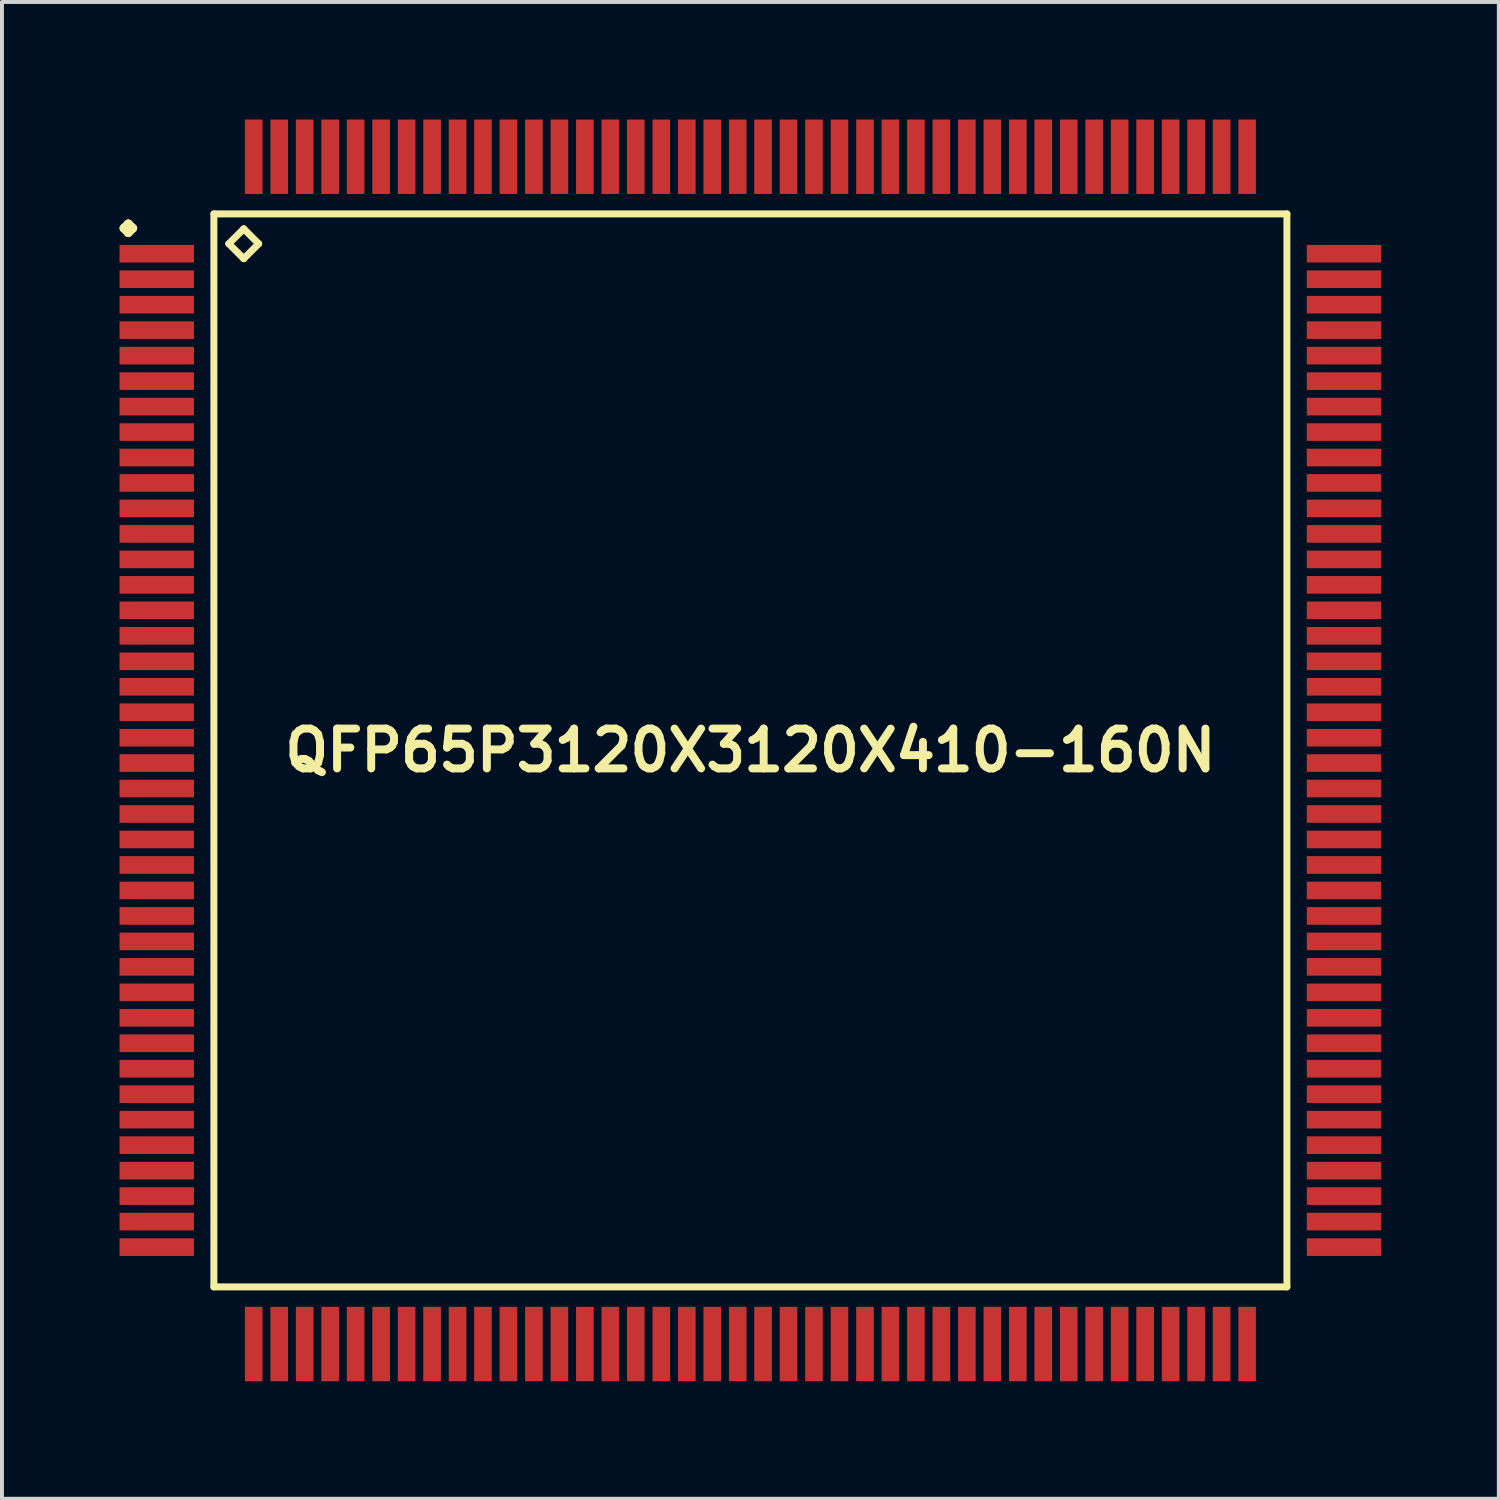
<source format=kicad_pcb>
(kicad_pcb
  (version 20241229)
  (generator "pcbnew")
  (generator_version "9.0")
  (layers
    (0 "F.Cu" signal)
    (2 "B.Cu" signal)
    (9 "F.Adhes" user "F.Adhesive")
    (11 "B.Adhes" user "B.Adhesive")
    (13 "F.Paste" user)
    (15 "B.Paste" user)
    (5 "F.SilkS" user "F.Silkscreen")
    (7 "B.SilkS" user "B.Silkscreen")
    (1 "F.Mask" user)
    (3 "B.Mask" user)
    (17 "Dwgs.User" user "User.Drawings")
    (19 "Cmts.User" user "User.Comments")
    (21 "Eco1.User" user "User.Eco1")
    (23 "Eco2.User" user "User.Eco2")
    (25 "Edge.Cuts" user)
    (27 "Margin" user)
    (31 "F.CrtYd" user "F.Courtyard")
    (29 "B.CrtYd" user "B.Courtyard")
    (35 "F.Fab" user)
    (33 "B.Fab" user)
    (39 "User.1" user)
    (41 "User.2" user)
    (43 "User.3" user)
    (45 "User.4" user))
  (footprint "QFP65P3120X3120X410-160N"
    (layer "F.Cu")
    (at 16.099 16.099)
    (property "Reference" "QFP65P3120X3120X410-160N" (at 0 0 0) (layer "F.SilkS") (effects (font (size 1.016 1.016) (thickness 0.203))))
    (attr smd)
    (fp_line (start -15.987 -13.325) (end -15.875 -13.437) (stroke (width 0.224) (type solid)) (layer "F.SilkS"))
    (fp_line (start -15.875 -13.437) (end -15.761 -13.325) (stroke (width 0.224) (type solid)) (layer "F.SilkS"))
    (fp_line (start -15.875 -13.211) (end -15.987 -13.325) (stroke (width 0.224) (type solid)) (layer "F.SilkS"))
    (fp_line (start -15.761 -13.325) (end -15.875 -13.211) (stroke (width 0.224) (type solid)) (layer "F.SilkS"))
    (fp_line (start -13.691 -13.691) (end -13.691 13.691) (stroke (width 0.178) (type solid)) (layer "F.SilkS"))
    (fp_line (start -13.691 13.691) (end 13.691 13.691) (stroke (width 0.178) (type solid)) (layer "F.SilkS"))
    (fp_line (start -13.31 -12.929) (end -12.929 -13.31) (stroke (width 0.178) (type solid)) (layer "F.SilkS"))
    (fp_line (start -12.929 -13.31) (end -12.548 -12.929) (stroke (width 0.178) (type solid)) (layer "F.SilkS"))
    (fp_line (start -12.929 -12.548) (end -13.31 -12.929) (stroke (width 0.178) (type solid)) (layer "F.SilkS"))
    (fp_line (start -12.548 -12.929) (end -12.929 -12.548) (stroke (width 0.178) (type solid)) (layer "F.SilkS"))
    (fp_line (start 13.691 -13.691) (end -13.691 -13.691) (stroke (width 0.178) (type solid)) (layer "F.SilkS"))
    (fp_line (start 13.691 13.691) (end 13.691 -13.691) (stroke (width 0.178) (type solid)) (layer "F.SilkS"))
    (pad "1" smd rect (at -15.149 -12.675) (size 1.9 0.45) (layers "F.Cu" "F.Mask" "F.Paste"))
    (pad "2" smd rect (at -15.149 -12.024) (size 1.9 0.45) (layers "F.Cu" "F.Mask" "F.Paste"))
    (pad "3" smd rect (at -15.149 -11.374) (size 1.9 0.45) (layers "F.Cu" "F.Mask" "F.Paste"))
    (pad "4" smd rect (at -15.149 -10.724) (size 1.9 0.45) (layers "F.Cu" "F.Mask" "F.Paste"))
    (pad "5" smd rect (at -15.149 -10.074) (size 1.9 0.45) (layers "F.Cu" "F.Mask" "F.Paste"))
    (pad "6" smd rect (at -15.149 -9.423) (size 1.9 0.45) (layers "F.Cu" "F.Mask" "F.Paste"))
    (pad "7" smd rect (at -15.149 -8.773) (size 1.9 0.45) (layers "F.Cu" "F.Mask" "F.Paste"))
    (pad "8" smd rect (at -15.149 -8.123) (size 1.9 0.45) (layers "F.Cu" "F.Mask" "F.Paste"))
    (pad "9" smd rect (at -15.149 -7.473) (size 1.9 0.45) (layers "F.Cu" "F.Mask" "F.Paste"))
    (pad "10" smd rect (at -15.149 -6.825) (size 1.9 0.45) (layers "F.Cu" "F.Mask" "F.Paste"))
    (pad "11" smd rect (at -15.149 -6.175) (size 1.9 0.45) (layers "F.Cu" "F.Mask" "F.Paste"))
    (pad "12" smd rect (at -15.149 -5.524) (size 1.9 0.45) (layers "F.Cu" "F.Mask" "F.Paste"))
    (pad "13" smd rect (at -15.149 -4.874) (size 1.9 0.45) (layers "F.Cu" "F.Mask" "F.Paste"))
    (pad "14" smd rect (at -15.149 -4.224) (size 1.9 0.45) (layers "F.Cu" "F.Mask" "F.Paste"))
    (pad "15" smd rect (at -15.149 -3.574) (size 1.9 0.45) (layers "F.Cu" "F.Mask" "F.Paste"))
    (pad "16" smd rect (at -15.149 -2.924) (size 1.9 0.45) (layers "F.Cu" "F.Mask" "F.Paste"))
    (pad "17" smd rect (at -15.149 -2.273) (size 1.9 0.45) (layers "F.Cu" "F.Mask" "F.Paste"))
    (pad "18" smd rect (at -15.149 -1.623) (size 1.9 0.45) (layers "F.Cu" "F.Mask" "F.Paste"))
    (pad "19" smd rect (at -15.149 -0.973) (size 1.9 0.45) (layers "F.Cu" "F.Mask" "F.Paste"))
    (pad "20" smd rect (at -15.149 -0.323) (size 1.9 0.45) (layers "F.Cu" "F.Mask" "F.Paste"))
    (pad "21" smd rect (at -15.149 0.323) (size 1.9 0.45) (layers "F.Cu" "F.Mask" "F.Paste"))
    (pad "22" smd rect (at -15.149 0.973) (size 1.9 0.45) (layers "F.Cu" "F.Mask" "F.Paste"))
    (pad "23" smd rect (at -15.149 1.623) (size 1.9 0.45) (layers "F.Cu" "F.Mask" "F.Paste"))
    (pad "24" smd rect (at -15.149 2.273) (size 1.9 0.45) (layers "F.Cu" "F.Mask" "F.Paste"))
    (pad "25" smd rect (at -15.149 2.924) (size 1.9 0.45) (layers "F.Cu" "F.Mask" "F.Paste"))
    (pad "26" smd rect (at -15.149 3.574) (size 1.9 0.45) (layers "F.Cu" "F.Mask" "F.Paste"))
    (pad "27" smd rect (at -15.149 4.224) (size 1.9 0.45) (layers "F.Cu" "F.Mask" "F.Paste"))
    (pad "28" smd rect (at -15.149 4.874) (size 1.9 0.45) (layers "F.Cu" "F.Mask" "F.Paste"))
    (pad "29" smd rect (at -15.149 5.524) (size 1.9 0.45) (layers "F.Cu" "F.Mask" "F.Paste"))
    (pad "30" smd rect (at -15.149 6.175) (size 1.9 0.45) (layers "F.Cu" "F.Mask" "F.Paste"))
    (pad "31" smd rect (at -15.149 6.825) (size 1.9 0.45) (layers "F.Cu" "F.Mask" "F.Paste"))
    (pad "32" smd rect (at -15.149 7.473) (size 1.9 0.45) (layers "F.Cu" "F.Mask" "F.Paste"))
    (pad "33" smd rect (at -15.149 8.123) (size 1.9 0.45) (layers "F.Cu" "F.Mask" "F.Paste"))
    (pad "34" smd rect (at -15.149 8.773) (size 1.9 0.45) (layers "F.Cu" "F.Mask" "F.Paste"))
    (pad "35" smd rect (at -15.149 9.423) (size 1.9 0.45) (layers "F.Cu" "F.Mask" "F.Paste"))
    (pad "36" smd rect (at -15.149 10.074) (size 1.9 0.45) (layers "F.Cu" "F.Mask" "F.Paste"))
    (pad "37" smd rect (at -15.149 10.724) (size 1.9 0.45) (layers "F.Cu" "F.Mask" "F.Paste"))
    (pad "38" smd rect (at -15.149 11.374) (size 1.9 0.45) (layers "F.Cu" "F.Mask" "F.Paste"))
    (pad "39" smd rect (at -15.149 12.024) (size 1.9 0.45) (layers "F.Cu" "F.Mask" "F.Paste"))
    (pad "40" smd rect (at -15.149 12.675) (size 1.9 0.45) (layers "F.Cu" "F.Mask" "F.Paste"))
    (pad "41" smd rect (at -12.675 15.149) (size 0.45 1.9) (layers "F.Cu" "F.Mask" "F.Paste"))
    (pad "42" smd rect (at -12.024 15.149) (size 0.45 1.9) (layers "F.Cu" "F.Mask" "F.Paste"))
    (pad "43" smd rect (at -11.374 15.149) (size 0.45 1.9) (layers "F.Cu" "F.Mask" "F.Paste"))
    (pad "44" smd rect (at -10.724 15.149) (size 0.45 1.9) (layers "F.Cu" "F.Mask" "F.Paste"))
    (pad "45" smd rect (at -10.074 15.149) (size 0.45 1.9) (layers "F.Cu" "F.Mask" "F.Paste"))
    (pad "46" smd rect (at -9.423 15.149) (size 0.45 1.9) (layers "F.Cu" "F.Mask" "F.Paste"))
    (pad "47" smd rect (at -8.773 15.149) (size 0.45 1.9) (layers "F.Cu" "F.Mask" "F.Paste"))
    (pad "48" smd rect (at -8.123 15.149) (size 0.45 1.9) (layers "F.Cu" "F.Mask" "F.Paste"))
    (pad "49" smd rect (at -7.473 15.149) (size 0.45 1.9) (layers "F.Cu" "F.Mask" "F.Paste"))
    (pad "50" smd rect (at -6.825 15.149) (size 0.45 1.9) (layers "F.Cu" "F.Mask" "F.Paste"))
    (pad "51" smd rect (at -6.175 15.149) (size 0.45 1.9) (layers "F.Cu" "F.Mask" "F.Paste"))
    (pad "52" smd rect (at -5.524 15.149) (size 0.45 1.9) (layers "F.Cu" "F.Mask" "F.Paste"))
    (pad "53" smd rect (at -4.874 15.149) (size 0.45 1.9) (layers "F.Cu" "F.Mask" "F.Paste"))
    (pad "54" smd rect (at -4.224 15.149) (size 0.45 1.9) (layers "F.Cu" "F.Mask" "F.Paste"))
    (pad "55" smd rect (at -3.574 15.149) (size 0.45 1.9) (layers "F.Cu" "F.Mask" "F.Paste"))
    (pad "56" smd rect (at -2.924 15.149) (size 0.45 1.9) (layers "F.Cu" "F.Mask" "F.Paste"))
    (pad "57" smd rect (at -2.273 15.149) (size 0.45 1.9) (layers "F.Cu" "F.Mask" "F.Paste"))
    (pad "58" smd rect (at -1.623 15.149) (size 0.45 1.9) (layers "F.Cu" "F.Mask" "F.Paste"))
    (pad "59" smd rect (at -0.973 15.149) (size 0.45 1.9) (layers "F.Cu" "F.Mask" "F.Paste"))
    (pad "60" smd rect (at -0.323 15.149) (size 0.45 1.9) (layers "F.Cu" "F.Mask" "F.Paste"))
    (pad "61" smd rect (at 0.323 15.149) (size 0.45 1.9) (layers "F.Cu" "F.Mask" "F.Paste"))
    (pad "62" smd rect (at 0.973 15.149) (size 0.45 1.9) (layers "F.Cu" "F.Mask" "F.Paste"))
    (pad "63" smd rect (at 1.623 15.149) (size 0.45 1.9) (layers "F.Cu" "F.Mask" "F.Paste"))
    (pad "64" smd rect (at 2.273 15.149) (size 0.45 1.9) (layers "F.Cu" "F.Mask" "F.Paste"))
    (pad "65" smd rect (at 2.924 15.149) (size 0.45 1.9) (layers "F.Cu" "F.Mask" "F.Paste"))
    (pad "66" smd rect (at 3.574 15.149) (size 0.45 1.9) (layers "F.Cu" "F.Mask" "F.Paste"))
    (pad "67" smd rect (at 4.224 15.149) (size 0.45 1.9) (layers "F.Cu" "F.Mask" "F.Paste"))
    (pad "68" smd rect (at 4.874 15.149) (size 0.45 1.9) (layers "F.Cu" "F.Mask" "F.Paste"))
    (pad "69" smd rect (at 5.524 15.149) (size 0.45 1.9) (layers "F.Cu" "F.Mask" "F.Paste"))
    (pad "70" smd rect (at 6.175 15.149) (size 0.45 1.9) (layers "F.Cu" "F.Mask" "F.Paste"))
    (pad "71" smd rect (at 6.825 15.149) (size 0.45 1.9) (layers "F.Cu" "F.Mask" "F.Paste"))
    (pad "72" smd rect (at 7.473 15.149) (size 0.45 1.9) (layers "F.Cu" "F.Mask" "F.Paste"))
    (pad "73" smd rect (at 8.123 15.149) (size 0.45 1.9) (layers "F.Cu" "F.Mask" "F.Paste"))
    (pad "74" smd rect (at 8.773 15.149) (size 0.45 1.9) (layers "F.Cu" "F.Mask" "F.Paste"))
    (pad "75" smd rect (at 9.423 15.149) (size 0.45 1.9) (layers "F.Cu" "F.Mask" "F.Paste"))
    (pad "76" smd rect (at 10.074 15.149) (size 0.45 1.9) (layers "F.Cu" "F.Mask" "F.Paste"))
    (pad "77" smd rect (at 10.724 15.149) (size 0.45 1.9) (layers "F.Cu" "F.Mask" "F.Paste"))
    (pad "78" smd rect (at 11.374 15.149) (size 0.45 1.9) (layers "F.Cu" "F.Mask" "F.Paste"))
    (pad "79" smd rect (at 12.024 15.149) (size 0.45 1.9) (layers "F.Cu" "F.Mask" "F.Paste"))
    (pad "80" smd rect (at 12.675 15.149) (size 0.45 1.9) (layers "F.Cu" "F.Mask" "F.Paste"))
    (pad "81" smd rect (at 15.149 12.675) (size 1.9 0.45) (layers "F.Cu" "F.Mask" "F.Paste"))
    (pad "82" smd rect (at 15.149 12.024) (size 1.9 0.45) (layers "F.Cu" "F.Mask" "F.Paste"))
    (pad "83" smd rect (at 15.149 11.374) (size 1.9 0.45) (layers "F.Cu" "F.Mask" "F.Paste"))
    (pad "84" smd rect (at 15.149 10.724) (size 1.9 0.45) (layers "F.Cu" "F.Mask" "F.Paste"))
    (pad "85" smd rect (at 15.149 10.074) (size 1.9 0.45) (layers "F.Cu" "F.Mask" "F.Paste"))
    (pad "86" smd rect (at 15.149 9.423) (size 1.9 0.45) (layers "F.Cu" "F.Mask" "F.Paste"))
    (pad "87" smd rect (at 15.149 8.773) (size 1.9 0.45) (layers "F.Cu" "F.Mask" "F.Paste"))
    (pad "88" smd rect (at 15.149 8.123) (size 1.9 0.45) (layers "F.Cu" "F.Mask" "F.Paste"))
    (pad "89" smd rect (at 15.149 7.473) (size 1.9 0.45) (layers "F.Cu" "F.Mask" "F.Paste"))
    (pad "90" smd rect (at 15.149 6.825) (size 1.9 0.45) (layers "F.Cu" "F.Mask" "F.Paste"))
    (pad "91" smd rect (at 15.149 6.175) (size 1.9 0.45) (layers "F.Cu" "F.Mask" "F.Paste"))
    (pad "92" smd rect (at 15.149 5.524) (size 1.9 0.45) (layers "F.Cu" "F.Mask" "F.Paste"))
    (pad "93" smd rect (at 15.149 4.874) (size 1.9 0.45) (layers "F.Cu" "F.Mask" "F.Paste"))
    (pad "94" smd rect (at 15.149 4.224) (size 1.9 0.45) (layers "F.Cu" "F.Mask" "F.Paste"))
    (pad "95" smd rect (at 15.149 3.574) (size 1.9 0.45) (layers "F.Cu" "F.Mask" "F.Paste"))
    (pad "96" smd rect (at 15.149 2.924) (size 1.9 0.45) (layers "F.Cu" "F.Mask" "F.Paste"))
    (pad "97" smd rect (at 15.149 2.273) (size 1.9 0.45) (layers "F.Cu" "F.Mask" "F.Paste"))
    (pad "98" smd rect (at 15.149 1.623) (size 1.9 0.45) (layers "F.Cu" "F.Mask" "F.Paste"))
    (pad "99" smd rect (at 15.149 0.973) (size 1.9 0.45) (layers "F.Cu" "F.Mask" "F.Paste"))
    (pad "100" smd rect (at 15.149 0.323) (size 1.9 0.45) (layers "F.Cu" "F.Mask" "F.Paste"))
    (pad "101" smd rect (at 15.149 -0.323) (size 1.9 0.45) (layers "F.Cu" "F.Mask" "F.Paste"))
    (pad "102" smd rect (at 15.149 -0.973) (size 1.9 0.45) (layers "F.Cu" "F.Mask" "F.Paste"))
    (pad "103" smd rect (at 15.149 -1.623) (size 1.9 0.45) (layers "F.Cu" "F.Mask" "F.Paste"))
    (pad "104" smd rect (at 15.149 -2.273) (size 1.9 0.45) (layers "F.Cu" "F.Mask" "F.Paste"))
    (pad "105" smd rect (at 15.149 -2.924) (size 1.9 0.45) (layers "F.Cu" "F.Mask" "F.Paste"))
    (pad "106" smd rect (at 15.149 -3.574) (size 1.9 0.45) (layers "F.Cu" "F.Mask" "F.Paste"))
    (pad "107" smd rect (at 15.149 -4.224) (size 1.9 0.45) (layers "F.Cu" "F.Mask" "F.Paste"))
    (pad "108" smd rect (at 15.149 -4.874) (size 1.9 0.45) (layers "F.Cu" "F.Mask" "F.Paste"))
    (pad "109" smd rect (at 15.149 -5.524) (size 1.9 0.45) (layers "F.Cu" "F.Mask" "F.Paste"))
    (pad "110" smd rect (at 15.149 -6.175) (size 1.9 0.45) (layers "F.Cu" "F.Mask" "F.Paste"))
    (pad "111" smd rect (at 15.149 -6.825) (size 1.9 0.45) (layers "F.Cu" "F.Mask" "F.Paste"))
    (pad "112" smd rect (at 15.149 -7.473) (size 1.9 0.45) (layers "F.Cu" "F.Mask" "F.Paste"))
    (pad "113" smd rect (at 15.149 -8.123) (size 1.9 0.45) (layers "F.Cu" "F.Mask" "F.Paste"))
    (pad "114" smd rect (at 15.149 -8.773) (size 1.9 0.45) (layers "F.Cu" "F.Mask" "F.Paste"))
    (pad "115" smd rect (at 15.149 -9.423) (size 1.9 0.45) (layers "F.Cu" "F.Mask" "F.Paste"))
    (pad "116" smd rect (at 15.149 -10.074) (size 1.9 0.45) (layers "F.Cu" "F.Mask" "F.Paste"))
    (pad "117" smd rect (at 15.149 -10.724) (size 1.9 0.45) (layers "F.Cu" "F.Mask" "F.Paste"))
    (pad "118" smd rect (at 15.149 -11.374) (size 1.9 0.45) (layers "F.Cu" "F.Mask" "F.Paste"))
    (pad "119" smd rect (at 15.149 -12.024) (size 1.9 0.45) (layers "F.Cu" "F.Mask" "F.Paste"))
    (pad "120" smd rect (at 15.149 -12.675) (size 1.9 0.45) (layers "F.Cu" "F.Mask" "F.Paste"))
    (pad "121" smd rect (at 12.675 -15.149) (size 0.45 1.9) (layers "F.Cu" "F.Mask" "F.Paste"))
    (pad "122" smd rect (at 12.024 -15.149) (size 0.45 1.9) (layers "F.Cu" "F.Mask" "F.Paste"))
    (pad "123" smd rect (at 11.374 -15.149) (size 0.45 1.9) (layers "F.Cu" "F.Mask" "F.Paste"))
    (pad "124" smd rect (at 10.724 -15.149) (size 0.45 1.9) (layers "F.Cu" "F.Mask" "F.Paste"))
    (pad "125" smd rect (at 10.074 -15.149) (size 0.45 1.9) (layers "F.Cu" "F.Mask" "F.Paste"))
    (pad "126" smd rect (at 9.423 -15.149) (size 0.45 1.9) (layers "F.Cu" "F.Mask" "F.Paste"))
    (pad "127" smd rect (at 8.773 -15.149) (size 0.45 1.9) (layers "F.Cu" "F.Mask" "F.Paste"))
    (pad "128" smd rect (at 8.123 -15.149) (size 0.45 1.9) (layers "F.Cu" "F.Mask" "F.Paste"))
    (pad "129" smd rect (at 7.473 -15.149) (size 0.45 1.9) (layers "F.Cu" "F.Mask" "F.Paste"))
    (pad "130" smd rect (at 6.825 -15.149) (size 0.45 1.9) (layers "F.Cu" "F.Mask" "F.Paste"))
    (pad "131" smd rect (at 6.175 -15.149) (size 0.45 1.9) (layers "F.Cu" "F.Mask" "F.Paste"))
    (pad "132" smd rect (at 5.524 -15.149) (size 0.45 1.9) (layers "F.Cu" "F.Mask" "F.Paste"))
    (pad "133" smd rect (at 4.874 -15.149) (size 0.45 1.9) (layers "F.Cu" "F.Mask" "F.Paste"))
    (pad "134" smd rect (at 4.224 -15.149) (size 0.45 1.9) (layers "F.Cu" "F.Mask" "F.Paste"))
    (pad "135" smd rect (at 3.574 -15.149) (size 0.45 1.9) (layers "F.Cu" "F.Mask" "F.Paste"))
    (pad "136" smd rect (at 2.924 -15.149) (size 0.45 1.9) (layers "F.Cu" "F.Mask" "F.Paste"))
    (pad "137" smd rect (at 2.273 -15.149) (size 0.45 1.9) (layers "F.Cu" "F.Mask" "F.Paste"))
    (pad "138" smd rect (at 1.623 -15.149) (size 0.45 1.9) (layers "F.Cu" "F.Mask" "F.Paste"))
    (pad "139" smd rect (at 0.973 -15.149) (size 0.45 1.9) (layers "F.Cu" "F.Mask" "F.Paste"))
    (pad "140" smd rect (at 0.323 -15.149) (size 0.45 1.9) (layers "F.Cu" "F.Mask" "F.Paste"))
    (pad "141" smd rect (at -0.323 -15.149) (size 0.45 1.9) (layers "F.Cu" "F.Mask" "F.Paste"))
    (pad "142" smd rect (at -0.973 -15.149) (size 0.45 1.9) (layers "F.Cu" "F.Mask" "F.Paste"))
    (pad "143" smd rect (at -1.623 -15.149) (size 0.45 1.9) (layers "F.Cu" "F.Mask" "F.Paste"))
    (pad "144" smd rect (at -2.273 -15.149) (size 0.45 1.9) (layers "F.Cu" "F.Mask" "F.Paste"))
    (pad "145" smd rect (at -2.924 -15.149) (size 0.45 1.9) (layers "F.Cu" "F.Mask" "F.Paste"))
    (pad "146" smd rect (at -3.574 -15.149) (size 0.45 1.9) (layers "F.Cu" "F.Mask" "F.Paste"))
    (pad "147" smd rect (at -4.224 -15.149) (size 0.45 1.9) (layers "F.Cu" "F.Mask" "F.Paste"))
    (pad "148" smd rect (at -4.874 -15.149) (size 0.45 1.9) (layers "F.Cu" "F.Mask" "F.Paste"))
    (pad "149" smd rect (at -5.524 -15.149) (size 0.45 1.9) (layers "F.Cu" "F.Mask" "F.Paste"))
    (pad "150" smd rect (at -6.175 -15.149) (size 0.45 1.9) (layers "F.Cu" "F.Mask" "F.Paste"))
    (pad "151" smd rect (at -6.825 -15.149) (size 0.45 1.9) (layers "F.Cu" "F.Mask" "F.Paste"))
    (pad "152" smd rect (at -7.473 -15.149) (size 0.45 1.9) (layers "F.Cu" "F.Mask" "F.Paste"))
    (pad "153" smd rect (at -8.123 -15.149) (size 0.45 1.9) (layers "F.Cu" "F.Mask" "F.Paste"))
    (pad "154" smd rect (at -8.773 -15.149) (size 0.45 1.9) (layers "F.Cu" "F.Mask" "F.Paste"))
    (pad "155" smd rect (at -9.423 -15.149) (size 0.45 1.9) (layers "F.Cu" "F.Mask" "F.Paste"))
    (pad "156" smd rect (at -10.074 -15.149) (size 0.45 1.9) (layers "F.Cu" "F.Mask" "F.Paste"))
    (pad "157" smd rect (at -10.724 -15.149) (size 0.45 1.9) (layers "F.Cu" "F.Mask" "F.Paste"))
    (pad "158" smd rect (at -11.374 -15.149) (size 0.45 1.9) (layers "F.Cu" "F.Mask" "F.Paste"))
    (pad "159" smd rect (at -12.024 -15.149) (size 0.45 1.9) (layers "F.Cu" "F.Mask" "F.Paste"))
    (pad "160" smd rect (at -12.675 -15.149) (size 0.45 1.9) (layers "F.Cu" "F.Mask" "F.Paste")))
  (gr_rect
    (start -3 -3)
    (end 35.197 35.197)
    (stroke (width 0.1) (type default))
    (fill no)
    (layer "Edge.Cuts")))
</source>
